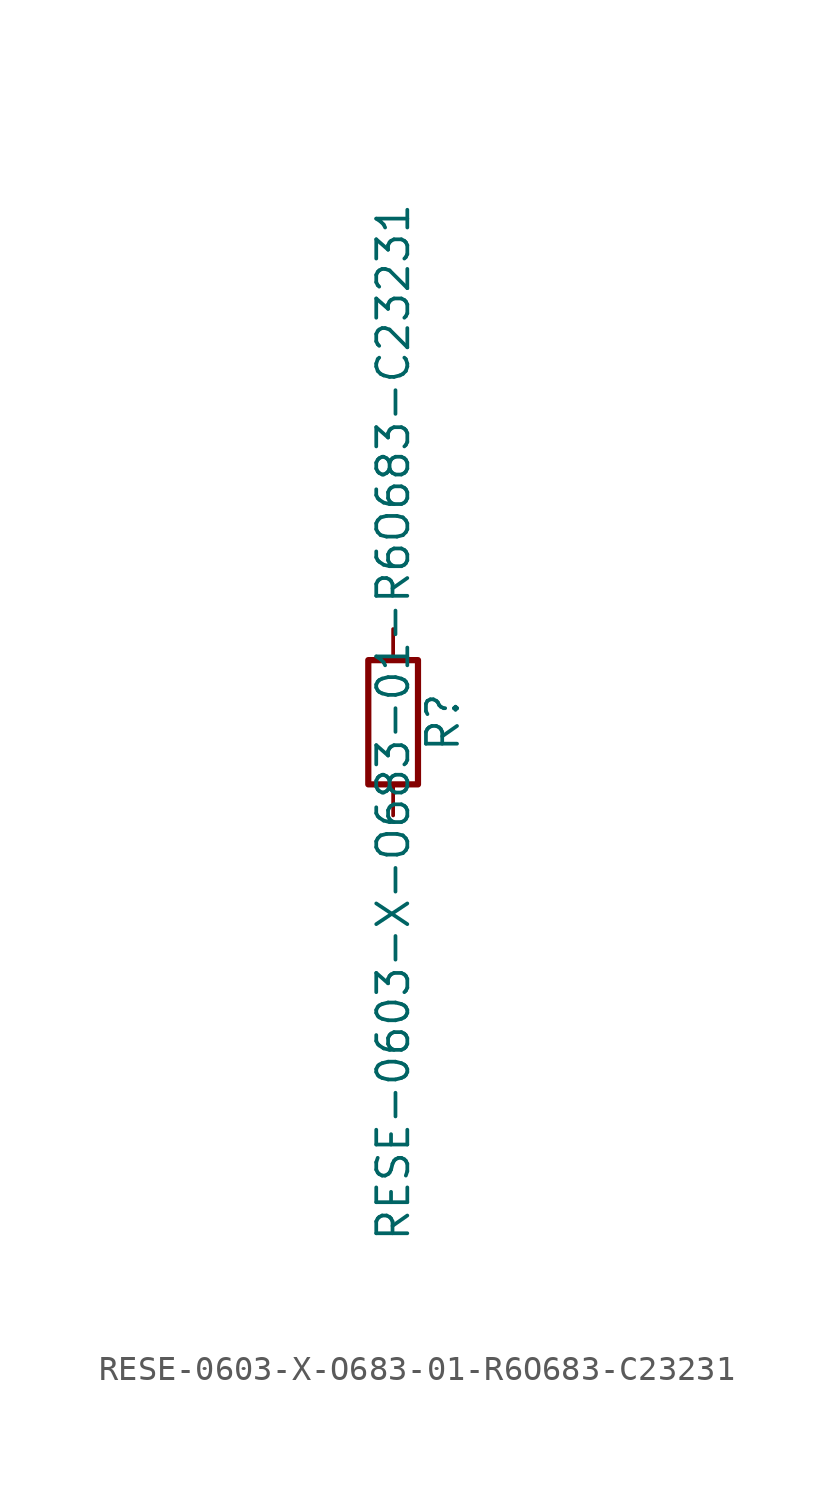
<source format=kicad_sym>
(kicad_symbol_lib
  (version 20211014)
  (generator kicad_symbol_editor)
  (symbol "RESE-0603-X-O683-01-R6O683-C23231"
    (pin_numbers hide)
    (pin_names
      (offset 0))
    (property "Reference" "R"
      (at 2.032 0 90)
      (effects (font (size 1.27 1.27))))
    (property "Value" "RESE-0603-X-O683-01-R6O683-C23231"
      (at 0 0 90)
      (effects (font (size 1.27 1.27))))
    (symbol "RESE-0603-X-O683-01-R6O683-C23231_0_1"
      (rectangle (start -1.016 -2.54) (end 1.016 2.54) (stroke (width 0.254) (type default) (color 0 0 0 0)) (fill (type none))))
    (symbol "RESE-0603-X-O683-01-R6O683-C23231_1_1"
      (pin passive line (at 0 3.81 270) (length 1.27) (name "~" (effects (font (size 1.27 1.27)))) (number "1" (effects (font (size 1.27 1.27)))))
      (pin passive line (at 0 -3.81 90) (length 1.27) (name "~" (effects (font (size 1.27 1.27)))) (number "2" (effects (font (size 1.27 1.27))))))))
</source>
